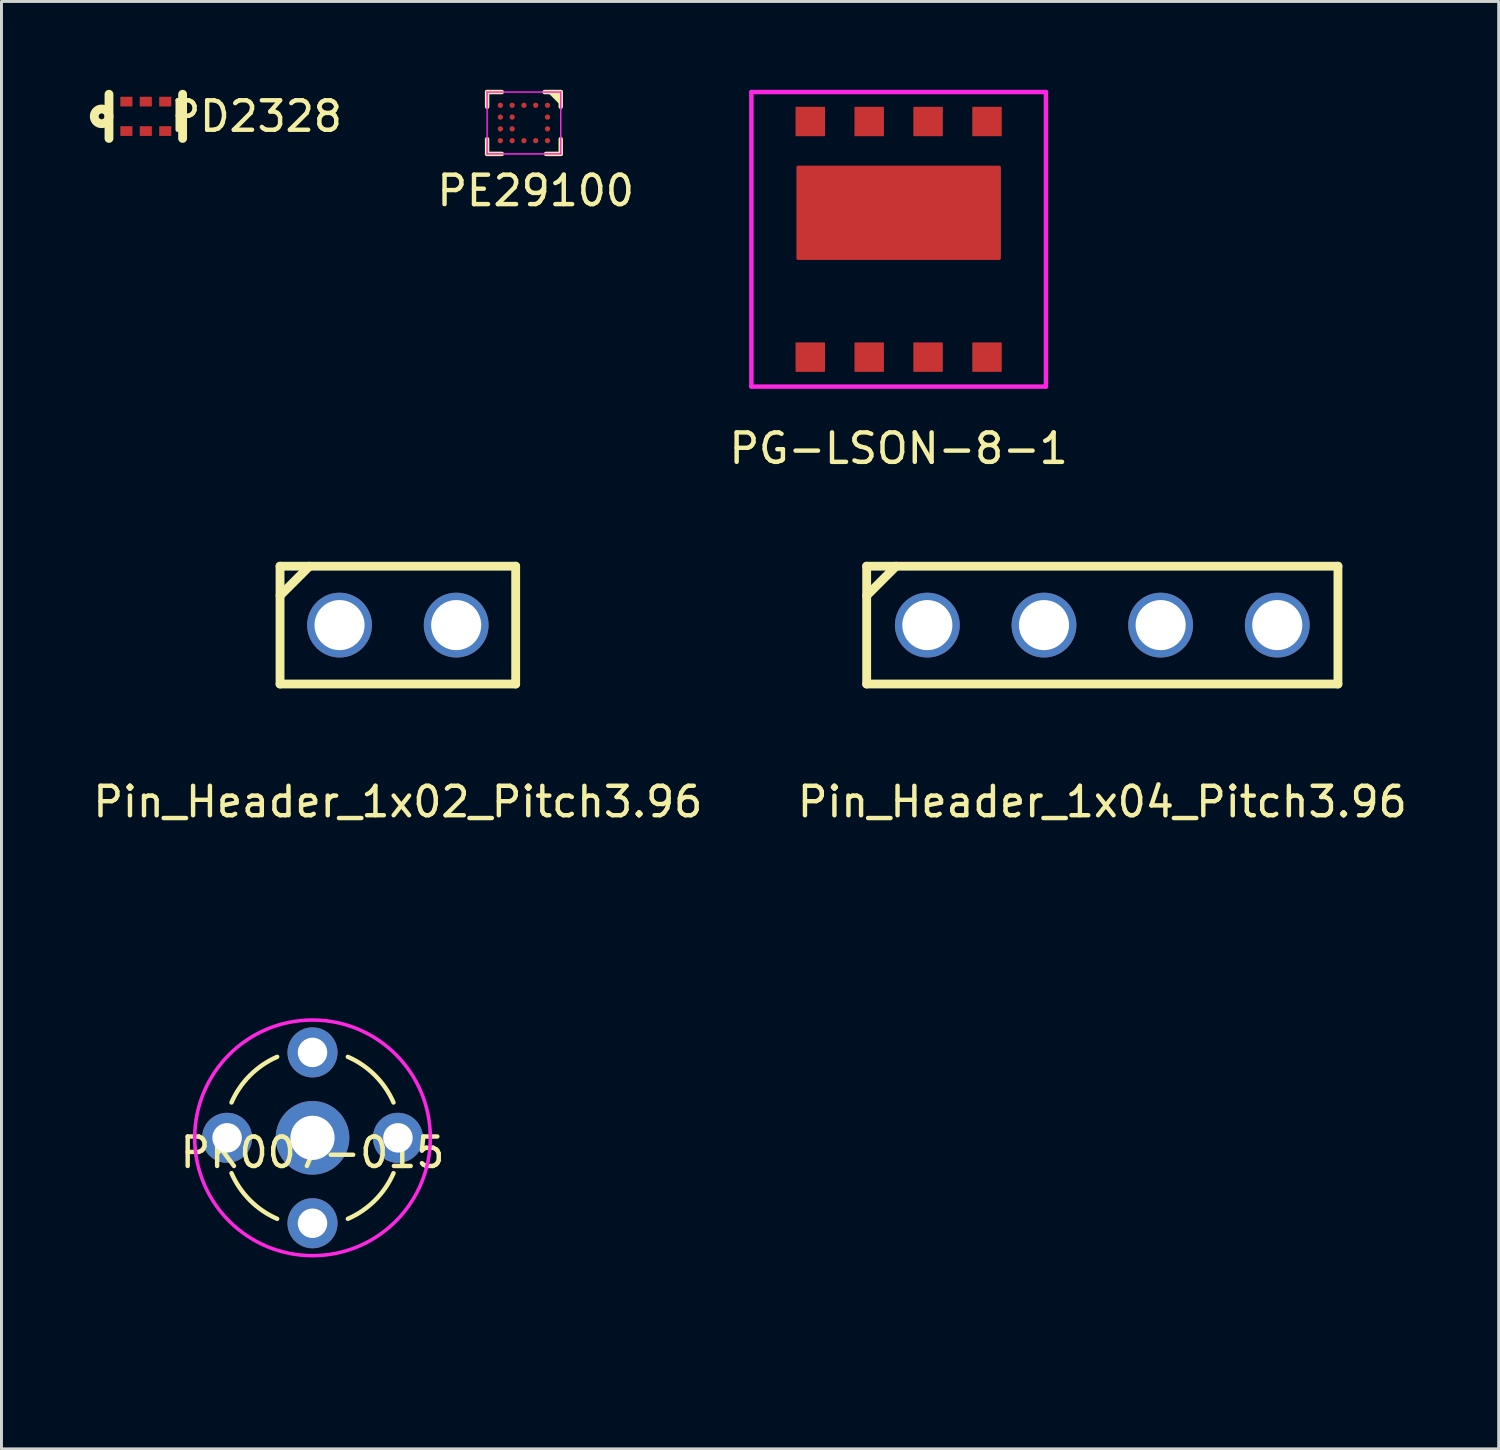
<source format=kicad_pcb>
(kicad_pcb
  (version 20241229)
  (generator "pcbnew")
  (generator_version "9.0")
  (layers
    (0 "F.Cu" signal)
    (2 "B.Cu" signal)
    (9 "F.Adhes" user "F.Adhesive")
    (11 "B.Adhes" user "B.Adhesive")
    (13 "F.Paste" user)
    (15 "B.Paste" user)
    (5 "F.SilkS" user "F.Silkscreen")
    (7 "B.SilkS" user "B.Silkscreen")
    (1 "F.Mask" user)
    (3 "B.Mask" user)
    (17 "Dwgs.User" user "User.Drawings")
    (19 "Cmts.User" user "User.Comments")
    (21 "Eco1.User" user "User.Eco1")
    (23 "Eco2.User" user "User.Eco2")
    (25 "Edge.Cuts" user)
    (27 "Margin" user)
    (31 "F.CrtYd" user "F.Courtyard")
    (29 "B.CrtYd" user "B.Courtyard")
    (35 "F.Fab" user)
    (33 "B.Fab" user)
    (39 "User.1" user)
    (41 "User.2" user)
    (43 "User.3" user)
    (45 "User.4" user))
  (footprint "PK007-015"
    (layer "F.Cu")
    (at 7.56 35.581)
    (property "Reference" "PK007-015" (at 0 0.5 0) (layer "F.SilkS") (effects (font (size 1 1) (thickness 0.15))))
    (attr through_hole)
    (fp_arc (start -2.749999 -1.2) (mid -2.121614 -2.121615) (end -1.199999 -2.749999) (stroke (width 0.15) (type solid)) (layer "F.SilkS"))
    (fp_arc (start -1.2 2.749999) (mid -2.121615 2.121614) (end -2.749999 1.199999) (stroke (width 0.15) (type solid)) (layer "F.SilkS"))
    (fp_arc (start 1.2 -2.749999) (mid 2.121615 -2.121614) (end 2.749999 -1.199999) (stroke (width 0.15) (type solid)) (layer "F.SilkS"))
    (fp_arc (start 2.749999 1.2) (mid 2.121614 2.121615) (end 1.199999 2.749999) (stroke (width 0.15) (type solid)) (layer "F.SilkS"))
    (fp_circle (center 0 0) (end 7.5 0) (stroke (width 0.12) (type solid)) (fill no) (layer "Eco1.User"))
    (fp_circle (center 0 0) (end 0 4) (stroke (width 0.12) (type solid)) (fill no) (layer "F.CrtYd"))
    (pad "1" thru_hole circle (at 0 0) (size 2.5 2.5) (drill 1.5) (layers "*.Cu" "*.Mask"))
    (pad "2" thru_hole circle (at -2.9 0) (size 1.7 1.7) (drill 1) (layers "*.Cu" "*.Mask"))
    (pad "2" thru_hole circle (at 0 -2.9) (size 1.7 1.7) (drill 1) (layers "*.Cu" "*.Mask"))
    (pad "2" thru_hole circle (at 0 2.9) (size 1.7 1.7) (drill 1) (layers "*.Cu" "*.Mask"))
    (pad "2" thru_hole circle (at 2.9 0) (size 1.7 1.7) (drill 1) (layers "*.Cu" "*.Mask")))
  (footprint "PE29100"
    (layer "F.Cu")
    (at 14.738 1.125)
    (property "Reference" "PE29100" (at 0.4 2.3 0) (layer "F.SilkS") (effects (font (size 1 1) (thickness 0.15))))
    (attr through_hole)
    (fp_line (start -1.25 -1.05) (end -0.75 -1.05) (stroke (width 0.15) (type solid)) (layer "F.SilkS"))
    (fp_line (start -1.25 -0.55) (end -1.25 -1.05) (stroke (width 0.15) (type solid)) (layer "F.SilkS"))
    (fp_line (start -1.25 1.05) (end -1.25 0.55) (stroke (width 0.15) (type solid)) (layer "F.SilkS"))
    (fp_line (start -1.25 1.05) (end -0.75 1.05) (stroke (width 0.15) (type solid)) (layer "F.SilkS"))
    (fp_line (start 0.7 -1.05) (end 1.25 -1.05) (stroke (width 0.15) (type solid)) (layer "F.SilkS"))
    (fp_line (start 0.9 -1.05) (end 1.25 -0.7) (stroke (width 0.15) (type solid)) (layer "F.SilkS"))
    (fp_line (start 1 -1.05) (end 1.25 -0.8) (stroke (width 0.15) (type solid)) (layer "F.SilkS"))
    (fp_line (start 1.25 -1.05) (end 1.25 -0.55) (stroke (width 0.15) (type solid)) (layer "F.SilkS"))
    (fp_line (start 1.25 1.05) (end 0.75 1.05) (stroke (width 0.15) (type solid)) (layer "F.SilkS"))
    (fp_line (start 1.25 1.05) (end 1.25 0.55) (stroke (width 0.15) (type solid)) (layer "F.SilkS"))
    (fp_line (start -1.25 -1.05) (end 1.25 -1.05) (stroke (width 0.05) (type solid)) (layer "F.CrtYd"))
    (fp_line (start -1.25 1.05) (end -1.25 -1.05) (stroke (width 0.05) (type solid)) (layer "F.CrtYd"))
    (fp_line (start 1.25 -1.05) (end 1.25 1.05) (stroke (width 0.05) (type solid)) (layer "F.CrtYd"))
    (fp_line (start 1.25 1.05) (end -1.25 1.05) (stroke (width 0.05) (type solid)) (layer "F.CrtYd"))
    (pad "1" smd circle (at 0.8 -0.6) (size 0.18 0.18) (layers "F.Cu" "F.Mask" "F.Paste"))
    (pad "2" smd circle (at 0.4 -0.6) (size 0.18 0.18) (layers "F.Cu" "F.Mask" "F.Paste"))
    (pad "3" smd circle (at 0 -0.6) (size 0.18 0.18) (layers "F.Cu" "F.Mask" "F.Paste"))
    (pad "4" smd circle (at -0.4 -0.6) (size 0.18 0.18) (layers "F.Cu" "F.Mask" "F.Paste"))
    (pad "5" smd circle (at -0.8 -0.6) (size 0.18 0.18) (layers "F.Cu" "F.Mask" "F.Paste"))
    (pad "6" smd circle (at 0.8 -0.2) (size 0.18 0.18) (layers "F.Cu" "F.Mask" "F.Paste"))
    (pad "7" smd circle (at -0.4 -0.2) (size 0.18 0.18) (layers "F.Cu" "F.Mask" "F.Paste"))
    (pad "8" smd circle (at -0.8 -0.2) (size 0.18 0.18) (layers "F.Cu" "F.Mask" "F.Paste"))
    (pad "9" smd circle (at 0.8 0.2) (size 0.18 0.18) (layers "F.Cu" "F.Mask" "F.Paste"))
    (pad "10" smd circle (at -0.4 0.2) (size 0.18 0.18) (layers "F.Cu" "F.Mask" "F.Paste"))
    (pad "11" smd circle (at -0.8 0.2) (size 0.18 0.18) (layers "F.Cu" "F.Mask" "F.Paste"))
    (pad "12" smd circle (at 0.8 0.6) (size 0.18 0.18) (layers "F.Cu" "F.Mask" "F.Paste"))
    (pad "13" smd circle (at 0.4 0.6) (size 0.18 0.18) (layers "F.Cu" "F.Mask" "F.Paste"))
    (pad "14" smd circle (at 0 0.6) (size 0.18 0.18) (layers "F.Cu" "F.Mask" "F.Paste"))
    (pad "15" smd circle (at -0.4 0.6) (size 0.18 0.18) (layers "F.Cu" "F.Mask" "F.Paste"))
    (pad "16" smd circle (at -0.8 0.6) (size 0.18 0.18) (layers "F.Cu" "F.Mask" "F.Paste")))
  (footprint "Pin_Header_1x04_Pitch3.96"
    (layer "F.Cu")
    (at 34.375 18.173)
    (property "Reference" "Pin_Header_1x04_Pitch3.96" (at 0 6 0) (layer "F.SilkS") (effects (font (size 1 1) (thickness 0.15))))
    (attr through_hole)
    (fp_line (start -8 -2) (end 8 -2) (stroke (width 0.3) (type solid)) (layer "F.SilkS"))
    (fp_line (start -8 2) (end -8 -2) (stroke (width 0.3) (type solid)) (layer "F.SilkS"))
    (fp_line (start -7 -2) (end -8 -1) (stroke (width 0.3) (type solid)) (layer "F.SilkS"))
    (fp_line (start 8 -2) (end 8 2) (stroke (width 0.3) (type solid)) (layer "F.SilkS"))
    (fp_line (start 8 2) (end -8 2) (stroke (width 0.3) (type solid)) (layer "F.SilkS"))
    (pad "1" thru_hole circle (at -5.94 0) (size 2.2 2.2) (drill 1.7) (layers "*.Cu" "*.Mask"))
    (pad "2" thru_hole circle (at -1.98 0) (size 2.2 2.2) (drill 1.7) (layers "*.Cu" "*.Mask"))
    (pad "3" thru_hole circle (at 1.98 0) (size 2.2 2.2) (drill 1.7) (layers "*.Cu" "*.Mask"))
    (pad "4" thru_hole circle (at 5.94 0) (size 2.2 2.2) (drill 1.7) (layers "*.Cu" "*.Mask")))
  (footprint "Pin_Header_1x02_Pitch3.96"
    (layer "F.Cu")
    (at 10.458 18.173)
    (property "Reference" "Pin_Header_1x02_Pitch3.96" (at 0 6 0) (layer "F.SilkS") (effects (font (size 1 1) (thickness 0.15))))
    (attr through_hole)
    (fp_line (start -4 -2) (end -4 2) (stroke (width 0.3) (type solid)) (layer "F.SilkS"))
    (fp_line (start -4 2) (end 4 2) (stroke (width 0.3) (type solid)) (layer "F.SilkS"))
    (fp_line (start -3 -2) (end -4 -1) (stroke (width 0.3) (type solid)) (layer "F.SilkS"))
    (fp_line (start 4 -2) (end -4 -2) (stroke (width 0.3) (type solid)) (layer "F.SilkS"))
    (fp_line (start 4 2) (end 4 -2) (stroke (width 0.3) (type solid)) (layer "F.SilkS"))
    (pad "1" thru_hole circle (at -1.98 0) (size 2.2 2.2) (drill 1.7) (layers "*.Cu" "*.Mask"))
    (pad "2" thru_hole circle (at 1.98 0) (size 2.2 2.2) (drill 1.7) (layers "*.Cu" "*.Mask")))
  (footprint "PD2328"
    (layer "F.Cu")
    (at 1.9 0.9)
    (property "Reference" "PD2328" (at 3.75 0 0) (layer "F.SilkS") (effects (font (size 1 1) (thickness 0.15))))
    (attr through_hole)
    (fp_line (start -1.25 -0.75) (end -1.25 0.75) (stroke (width 0.3) (type solid)) (layer "F.SilkS"))
    (fp_line (start 1.25 -0.75) (end 1.25 0.75) (stroke (width 0.3) (type solid)) (layer "F.SilkS"))
    (fp_circle (center -1.5 0) (end -1.5 0.25) (stroke (width 0.3) (type solid)) (fill no) (layer "F.SilkS"))
    (pad "1" smd rect (at -0.66 0.5) (size 0.41 0.33) (layers "F.Cu" "F.Mask" "F.Paste"))
    (pad "2" smd rect (at 0 0.5) (size 0.41 0.33) (layers "F.Cu" "F.Mask" "F.Paste"))
    (pad "3" smd rect (at 0.66 0.5) (size 0.41 0.33) (layers "F.Cu" "F.Mask" "F.Paste"))
    (pad "4" smd rect (at 0.66 -0.5) (size 0.41 0.33) (layers "F.Cu" "F.Mask" "F.Paste"))
    (pad "5" smd rect (at 0 -0.5) (size 0.41 0.33) (layers "F.Cu" "F.Mask" "F.Paste"))
    (pad "6" smd rect (at -0.66 -0.5) (size 0.41 0.33) (layers "F.Cu" "F.Mask" "F.Paste")))
  (footprint "PG-LSON-8-1"
    (layer "F.Cu")
    (at 27.46 5.075)
    (property "Reference" "PG-LSON-8-1" (at 0 7.1 0) (layer "F.SilkS") (effects (font (size 1 1) (thickness 0.15))))
    (attr through_hole)
    (fp_line (start -5 -5) (end -5 5) (stroke (width 0.15) (type solid)) (layer "F.CrtYd"))
    (fp_line (start -5 5) (end 5 5) (stroke (width 0.15) (type solid)) (layer "F.CrtYd"))
    (fp_line (start 5 -5) (end -5 -5) (stroke (width 0.15) (type solid)) (layer "F.CrtYd"))
    (fp_line (start 5 5) (end 5 -5) (stroke (width 0.15) (type solid)) (layer "F.CrtYd"))
    (pad "" smd roundrect (at -2.55 -1.65) (size 1.4 1.2) (layers "F.Paste") (roundrect_rratio 0.016))
    (pad "" smd roundrect (at -2.55 -0.15) (size 1.4 1.2) (layers "F.Paste") (roundrect_rratio 0.016))
    (pad "" smd roundrect (at -0.85 -1.65) (size 1.4 1.2) (layers "F.Paste") (roundrect_rratio 0.016))
    (pad "" smd roundrect (at -0.85 -0.15) (size 1.4 1.2) (layers "F.Paste") (roundrect_rratio 0.016))
    (pad "" smd roundrect (at 0.85 -1.65) (size 1.4 1.2) (layers "F.Paste") (roundrect_rratio 0.016))
    (pad "" smd roundrect (at 0.85 -0.15) (size 1.4 1.2) (layers "F.Paste") (roundrect_rratio 0.016))
    (pad "" smd roundrect (at 2.55 -1.65) (size 1.4 1.2) (layers "F.Paste") (roundrect_rratio 0.016))
    (pad "" smd roundrect (at 2.55 -0.15) (size 1.4 1.2) (layers "F.Paste") (roundrect_rratio 0.016))
    (pad "1" smd roundrect (at -3 4) (size 1 1) (layers "F.Cu" "F.Mask" "F.Paste") (roundrect_rratio 0.016))
    (pad "2" smd roundrect (at -1 4) (size 1 1) (layers "F.Cu" "F.Mask" "F.Paste") (roundrect_rratio 0.016))
    (pad "3" smd roundrect (at 1 4) (size 1 1) (layers "F.Cu" "F.Mask" "F.Paste") (roundrect_rratio 0.016))
    (pad "4" smd roundrect (at 3 4) (size 1 1) (layers "F.Cu" "F.Mask" "F.Paste") (roundrect_rratio 0.016))
    (pad "5" smd roundrect (at 3 -4) (size 1 1) (layers "F.Cu" "F.Mask" "F.Paste") (roundrect_rratio 0.016))
    (pad "6" smd roundrect (at 1 -4) (size 1 1) (layers "F.Cu" "F.Mask" "F.Paste") (roundrect_rratio 0.016))
    (pad "7" smd roundrect (at -1 -4) (size 1 1) (layers "F.Cu" "F.Mask" "F.Paste") (roundrect_rratio 0.016))
    (pad "8" smd roundrect (at -3 -4) (size 1 1) (layers "F.Cu" "F.Mask" "F.Paste") (roundrect_rratio 0.016))
    (pad "9" smd roundrect (at 0 -0.9) (size 6.94 3.2) (layers "F.Cu" "F.Mask") (roundrect_rratio 0.016)))
  (gr_rect
    (start -3 -3)
    (end 47.833 46.142)
    (stroke (width 0.1) (type default))
    (fill no)
    (layer "Edge.Cuts")))
</source>
